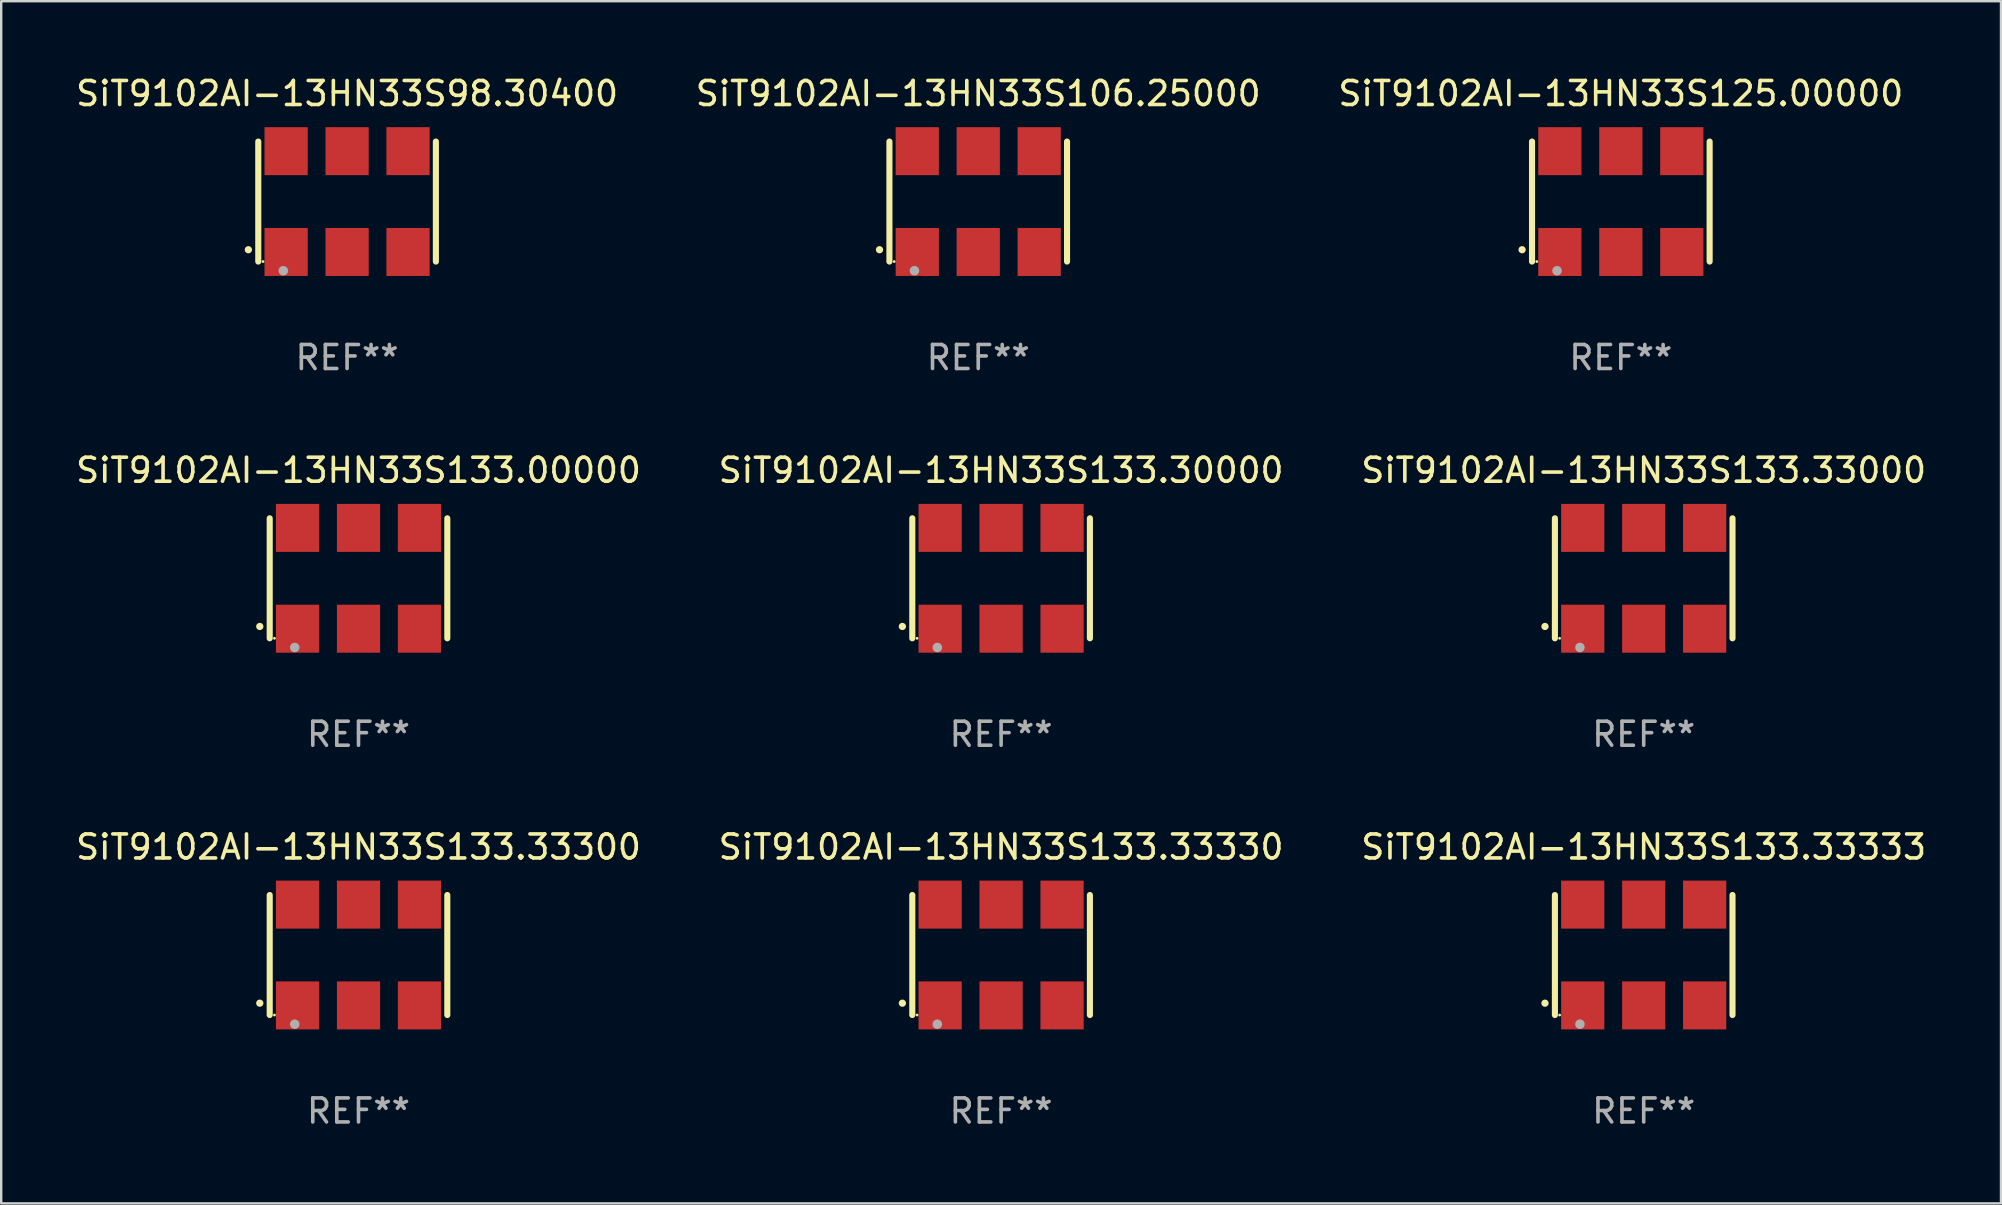
<source format=kicad_pcb>
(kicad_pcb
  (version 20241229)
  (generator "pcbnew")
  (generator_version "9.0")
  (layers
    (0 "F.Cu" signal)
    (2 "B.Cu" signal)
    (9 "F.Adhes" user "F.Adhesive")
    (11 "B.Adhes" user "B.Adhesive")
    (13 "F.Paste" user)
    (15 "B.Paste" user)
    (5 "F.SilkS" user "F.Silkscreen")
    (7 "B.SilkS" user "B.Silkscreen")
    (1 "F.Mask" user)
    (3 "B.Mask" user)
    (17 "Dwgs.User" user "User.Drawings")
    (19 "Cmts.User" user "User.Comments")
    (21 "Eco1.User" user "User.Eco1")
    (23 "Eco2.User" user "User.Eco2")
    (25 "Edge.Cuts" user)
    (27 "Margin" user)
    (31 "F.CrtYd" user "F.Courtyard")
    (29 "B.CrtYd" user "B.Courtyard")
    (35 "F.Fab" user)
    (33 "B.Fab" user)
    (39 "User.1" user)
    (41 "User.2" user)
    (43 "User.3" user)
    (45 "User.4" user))
  (footprint "SiT9102AI-13HN33S133.33300"
    (layer "F.Cu")
    (at 11.887 36.741)
    (property "Reference" "SiT9102AI-13HN33S133.33300" (at 0 -4.5 0) (layer "F.SilkS") (effects (font (size 1 1) (thickness 0.15))))
    (attr through_hole)
    (fp_line (start -3.7 -2.5) (end -3.7 2.5) (stroke (width 0.254) (type solid)) (layer "F.SilkS"))
    (fp_line (start 3.7 -2.5) (end 3.7 2.5) (stroke (width 0.254) (type solid)) (layer "F.SilkS"))
    (fp_arc (start -4.114415 2.006604) (mid -4.113145 2.006599) (end -4.111875 2.006604) (stroke (width 0.3) (type solid)) (layer "F.SilkS"))
    (fp_circle (center -3.502 2.5) (end -3.472 2.5) (stroke (width 0.06) (type solid)) (fill no) (layer "F.SilkS"))
    (fp_circle (center -2.657 2.882) (end -2.557 2.882) (stroke (width 0.2) (type solid)) (fill no) (layer "F.Fab"))
    (fp_text user "REF**" (at 0 6.5 0) (layer "F.Fab") (effects (font (size 1 1) (thickness 0.15))))
    (pad "1" smd rect (at -2.54 2.1) (size 1.8 2) (layers "F.Cu" "F.Mask" "F.Paste"))
    (pad "2" smd rect (at 0.000394 2.1) (size 1.8 2) (layers "F.Cu" "F.Mask" "F.Paste"))
    (pad "3" smd rect (at 2.54 2.1) (size 1.8 2) (layers "F.Cu" "F.Mask" "F.Paste"))
    (pad "4" smd rect (at 2.54 -2.1) (size 1.8 2) (layers "F.Cu" "F.Mask" "F.Paste"))
    (pad "5" smd rect (at 0.000394 -2.1) (size 1.8 2) (layers "F.Cu" "F.Mask" "F.Paste"))
    (pad "6" smd rect (at -2.54 -2.1) (size 1.8 2) (layers "F.Cu" "F.Mask" "F.Paste")))
  (footprint "SiT9102AI-13HN33S133.00000"
    (layer "F.Cu")
    (at 11.887 21.045)
    (property "Reference" "SiT9102AI-13HN33S133.00000" (at 0 -4.5 0) (layer "F.SilkS") (effects (font (size 1 1) (thickness 0.15))))
    (attr through_hole)
    (fp_line (start -3.7 -2.5) (end -3.7 2.5) (stroke (width 0.254) (type solid)) (layer "F.SilkS"))
    (fp_line (start 3.7 -2.5) (end 3.7 2.5) (stroke (width 0.254) (type solid)) (layer "F.SilkS"))
    (fp_arc (start -4.114415 2.006604) (mid -4.113145 2.006599) (end -4.111875 2.006604) (stroke (width 0.3) (type solid)) (layer "F.SilkS"))
    (fp_circle (center -3.502 2.5) (end -3.472 2.5) (stroke (width 0.06) (type solid)) (fill no) (layer "F.SilkS"))
    (fp_circle (center -2.657 2.882) (end -2.557 2.882) (stroke (width 0.2) (type solid)) (fill no) (layer "F.Fab"))
    (fp_text user "REF**" (at 0 6.5 0) (layer "F.Fab") (effects (font (size 1 1) (thickness 0.15))))
    (pad "1" smd rect (at -2.54 2.1) (size 1.8 2) (layers "F.Cu" "F.Mask" "F.Paste"))
    (pad "2" smd rect (at 0.000394 2.1) (size 1.8 2) (layers "F.Cu" "F.Mask" "F.Paste"))
    (pad "3" smd rect (at 2.54 2.1) (size 1.8 2) (layers "F.Cu" "F.Mask" "F.Paste"))
    (pad "4" smd rect (at 2.54 -2.1) (size 1.8 2) (layers "F.Cu" "F.Mask" "F.Paste"))
    (pad "5" smd rect (at 0.000394 -2.1) (size 1.8 2) (layers "F.Cu" "F.Mask" "F.Paste"))
    (pad "6" smd rect (at -2.54 -2.1) (size 1.8 2) (layers "F.Cu" "F.Mask" "F.Paste")))
  (footprint "SiT9102AI-13HN33S133.33330"
    (layer "F.Cu")
    (at 38.661 36.741)
    (property "Reference" "SiT9102AI-13HN33S133.33330" (at 0 -4.5 0) (layer "F.SilkS") (effects (font (size 1 1) (thickness 0.15))))
    (attr through_hole)
    (fp_line (start -3.7 -2.5) (end -3.7 2.5) (stroke (width 0.254) (type solid)) (layer "F.SilkS"))
    (fp_line (start 3.7 -2.5) (end 3.7 2.5) (stroke (width 0.254) (type solid)) (layer "F.SilkS"))
    (fp_arc (start -4.114415 2.006604) (mid -4.113145 2.006599) (end -4.111875 2.006604) (stroke (width 0.3) (type solid)) (layer "F.SilkS"))
    (fp_circle (center -3.502 2.5) (end -3.472 2.5) (stroke (width 0.06) (type solid)) (fill no) (layer "F.SilkS"))
    (fp_circle (center -2.657 2.882) (end -2.557 2.882) (stroke (width 0.2) (type solid)) (fill no) (layer "F.Fab"))
    (fp_text user "REF**" (at 0 6.5 0) (layer "F.Fab") (effects (font (size 1 1) (thickness 0.15))))
    (pad "1" smd rect (at -2.54 2.1) (size 1.8 2) (layers "F.Cu" "F.Mask" "F.Paste"))
    (pad "2" smd rect (at 0.000394 2.1) (size 1.8 2) (layers "F.Cu" "F.Mask" "F.Paste"))
    (pad "3" smd rect (at 2.54 2.1) (size 1.8 2) (layers "F.Cu" "F.Mask" "F.Paste"))
    (pad "4" smd rect (at 2.54 -2.1) (size 1.8 2) (layers "F.Cu" "F.Mask" "F.Paste"))
    (pad "5" smd rect (at 0.000394 -2.1) (size 1.8 2) (layers "F.Cu" "F.Mask" "F.Paste"))
    (pad "6" smd rect (at -2.54 -2.1) (size 1.8 2) (layers "F.Cu" "F.Mask" "F.Paste")))
  (footprint "SiT9102AI-13HN33S133.33333"
    (layer "F.Cu")
    (at 65.435 36.741)
    (property "Reference" "SiT9102AI-13HN33S133.33333" (at 0 -4.5 0) (layer "F.SilkS") (effects (font (size 1 1) (thickness 0.15))))
    (attr through_hole)
    (fp_line (start -3.7 -2.5) (end -3.7 2.5) (stroke (width 0.254) (type solid)) (layer "F.SilkS"))
    (fp_line (start 3.7 -2.5) (end 3.7 2.5) (stroke (width 0.254) (type solid)) (layer "F.SilkS"))
    (fp_arc (start -4.114415 2.006604) (mid -4.113145 2.006599) (end -4.111875 2.006604) (stroke (width 0.3) (type solid)) (layer "F.SilkS"))
    (fp_circle (center -3.502 2.5) (end -3.472 2.5) (stroke (width 0.06) (type solid)) (fill no) (layer "F.SilkS"))
    (fp_circle (center -2.657 2.882) (end -2.557 2.882) (stroke (width 0.2) (type solid)) (fill no) (layer "F.Fab"))
    (fp_text user "REF**" (at 0 6.5 0) (layer "F.Fab") (effects (font (size 1 1) (thickness 0.15))))
    (pad "1" smd rect (at -2.54 2.1) (size 1.8 2) (layers "F.Cu" "F.Mask" "F.Paste"))
    (pad "2" smd rect (at 0.000394 2.1) (size 1.8 2) (layers "F.Cu" "F.Mask" "F.Paste"))
    (pad "3" smd rect (at 2.54 2.1) (size 1.8 2) (layers "F.Cu" "F.Mask" "F.Paste"))
    (pad "4" smd rect (at 2.54 -2.1) (size 1.8 2) (layers "F.Cu" "F.Mask" "F.Paste"))
    (pad "5" smd rect (at 0.000394 -2.1) (size 1.8 2) (layers "F.Cu" "F.Mask" "F.Paste"))
    (pad "6" smd rect (at -2.54 -2.1) (size 1.8 2) (layers "F.Cu" "F.Mask" "F.Paste")))
  (footprint "SiT9102AI-13HN33S125.00000"
    (layer "F.Cu")
    (at 64.482 5.348)
    (property "Reference" "SiT9102AI-13HN33S125.00000" (at 0 -4.5 0) (layer "F.SilkS") (effects (font (size 1 1) (thickness 0.15))))
    (attr through_hole)
    (fp_line (start -3.7 -2.5) (end -3.7 2.5) (stroke (width 0.254) (type solid)) (layer "F.SilkS"))
    (fp_line (start 3.7 -2.5) (end 3.7 2.5) (stroke (width 0.254) (type solid)) (layer "F.SilkS"))
    (fp_arc (start -4.114415 2.006604) (mid -4.113145 2.006599) (end -4.111875 2.006604) (stroke (width 0.3) (type solid)) (layer "F.SilkS"))
    (fp_circle (center -3.502 2.5) (end -3.472 2.5) (stroke (width 0.06) (type solid)) (fill no) (layer "F.SilkS"))
    (fp_circle (center -2.657 2.882) (end -2.557 2.882) (stroke (width 0.2) (type solid)) (fill no) (layer "F.Fab"))
    (fp_text user "REF**" (at 0 6.5 0) (layer "F.Fab") (effects (font (size 1 1) (thickness 0.15))))
    (pad "1" smd rect (at -2.54 2.1) (size 1.8 2) (layers "F.Cu" "F.Mask" "F.Paste"))
    (pad "2" smd rect (at 0.000394 2.1) (size 1.8 2) (layers "F.Cu" "F.Mask" "F.Paste"))
    (pad "3" smd rect (at 2.54 2.1) (size 1.8 2) (layers "F.Cu" "F.Mask" "F.Paste"))
    (pad "4" smd rect (at 2.54 -2.1) (size 1.8 2) (layers "F.Cu" "F.Mask" "F.Paste"))
    (pad "5" smd rect (at 0.000394 -2.1) (size 1.8 2) (layers "F.Cu" "F.Mask" "F.Paste"))
    (pad "6" smd rect (at -2.54 -2.1) (size 1.8 2) (layers "F.Cu" "F.Mask" "F.Paste")))
  (footprint "SiT9102AI-13HN33S106.25000"
    (layer "F.Cu")
    (at 37.708 5.348)
    (property "Reference" "SiT9102AI-13HN33S106.25000" (at 0 -4.5 0) (layer "F.SilkS") (effects (font (size 1 1) (thickness 0.15))))
    (attr through_hole)
    (fp_line (start -3.7 -2.5) (end -3.7 2.5) (stroke (width 0.254) (type solid)) (layer "F.SilkS"))
    (fp_line (start 3.7 -2.5) (end 3.7 2.5) (stroke (width 0.254) (type solid)) (layer "F.SilkS"))
    (fp_arc (start -4.114415 2.006604) (mid -4.113145 2.006599) (end -4.111875 2.006604) (stroke (width 0.3) (type solid)) (layer "F.SilkS"))
    (fp_circle (center -3.502 2.5) (end -3.472 2.5) (stroke (width 0.06) (type solid)) (fill no) (layer "F.SilkS"))
    (fp_circle (center -2.657 2.882) (end -2.557 2.882) (stroke (width 0.2) (type solid)) (fill no) (layer "F.Fab"))
    (fp_text user "REF**" (at 0 6.5 0) (layer "F.Fab") (effects (font (size 1 1) (thickness 0.15))))
    (pad "1" smd rect (at -2.54 2.1) (size 1.8 2) (layers "F.Cu" "F.Mask" "F.Paste"))
    (pad "2" smd rect (at 0.000394 2.1) (size 1.8 2) (layers "F.Cu" "F.Mask" "F.Paste"))
    (pad "3" smd rect (at 2.54 2.1) (size 1.8 2) (layers "F.Cu" "F.Mask" "F.Paste"))
    (pad "4" smd rect (at 2.54 -2.1) (size 1.8 2) (layers "F.Cu" "F.Mask" "F.Paste"))
    (pad "5" smd rect (at 0.000394 -2.1) (size 1.8 2) (layers "F.Cu" "F.Mask" "F.Paste"))
    (pad "6" smd rect (at -2.54 -2.1) (size 1.8 2) (layers "F.Cu" "F.Mask" "F.Paste")))
  (footprint "SiT9102AI-13HN33S98.30400"
    (layer "F.Cu")
    (at 11.411 5.348)
    (property "Reference" "SiT9102AI-13HN33S98.30400" (at 0 -4.5 0) (layer "F.SilkS") (effects (font (size 1 1) (thickness 0.15))))
    (attr through_hole)
    (fp_line (start -3.7 -2.5) (end -3.7 2.5) (stroke (width 0.254) (type solid)) (layer "F.SilkS"))
    (fp_line (start 3.7 -2.5) (end 3.7 2.5) (stroke (width 0.254) (type solid)) (layer "F.SilkS"))
    (fp_arc (start -4.114415 2.006604) (mid -4.113145 2.006599) (end -4.111875 2.006604) (stroke (width 0.3) (type solid)) (layer "F.SilkS"))
    (fp_circle (center -3.502 2.5) (end -3.472 2.5) (stroke (width 0.06) (type solid)) (fill no) (layer "F.SilkS"))
    (fp_circle (center -2.657 2.882) (end -2.557 2.882) (stroke (width 0.2) (type solid)) (fill no) (layer "F.Fab"))
    (fp_text user "REF**" (at 0 6.5 0) (layer "F.Fab") (effects (font (size 1 1) (thickness 0.15))))
    (pad "1" smd rect (at -2.54 2.1) (size 1.8 2) (layers "F.Cu" "F.Mask" "F.Paste"))
    (pad "2" smd rect (at 0.000394 2.1) (size 1.8 2) (layers "F.Cu" "F.Mask" "F.Paste"))
    (pad "3" smd rect (at 2.54 2.1) (size 1.8 2) (layers "F.Cu" "F.Mask" "F.Paste"))
    (pad "4" smd rect (at 2.54 -2.1) (size 1.8 2) (layers "F.Cu" "F.Mask" "F.Paste"))
    (pad "5" smd rect (at 0.000394 -2.1) (size 1.8 2) (layers "F.Cu" "F.Mask" "F.Paste"))
    (pad "6" smd rect (at -2.54 -2.1) (size 1.8 2) (layers "F.Cu" "F.Mask" "F.Paste")))
  (footprint "SiT9102AI-13HN33S133.33000"
    (layer "F.Cu")
    (at 65.435 21.045)
    (property "Reference" "SiT9102AI-13HN33S133.33000" (at 0 -4.5 0) (layer "F.SilkS") (effects (font (size 1 1) (thickness 0.15))))
    (attr through_hole)
    (fp_line (start -3.7 -2.5) (end -3.7 2.5) (stroke (width 0.254) (type solid)) (layer "F.SilkS"))
    (fp_line (start 3.7 -2.5) (end 3.7 2.5) (stroke (width 0.254) (type solid)) (layer "F.SilkS"))
    (fp_arc (start -4.114415 2.006604) (mid -4.113145 2.006599) (end -4.111875 2.006604) (stroke (width 0.3) (type solid)) (layer "F.SilkS"))
    (fp_circle (center -3.502 2.5) (end -3.472 2.5) (stroke (width 0.06) (type solid)) (fill no) (layer "F.SilkS"))
    (fp_circle (center -2.657 2.882) (end -2.557 2.882) (stroke (width 0.2) (type solid)) (fill no) (layer "F.Fab"))
    (fp_text user "REF**" (at 0 6.5 0) (layer "F.Fab") (effects (font (size 1 1) (thickness 0.15))))
    (pad "1" smd rect (at -2.54 2.1) (size 1.8 2) (layers "F.Cu" "F.Mask" "F.Paste"))
    (pad "2" smd rect (at 0.000394 2.1) (size 1.8 2) (layers "F.Cu" "F.Mask" "F.Paste"))
    (pad "3" smd rect (at 2.54 2.1) (size 1.8 2) (layers "F.Cu" "F.Mask" "F.Paste"))
    (pad "4" smd rect (at 2.54 -2.1) (size 1.8 2) (layers "F.Cu" "F.Mask" "F.Paste"))
    (pad "5" smd rect (at 0.000394 -2.1) (size 1.8 2) (layers "F.Cu" "F.Mask" "F.Paste"))
    (pad "6" smd rect (at -2.54 -2.1) (size 1.8 2) (layers "F.Cu" "F.Mask" "F.Paste")))
  (footprint "SiT9102AI-13HN33S133.30000"
    (layer "F.Cu")
    (at 38.661 21.045)
    (property "Reference" "SiT9102AI-13HN33S133.30000" (at 0 -4.5 0) (layer "F.SilkS") (effects (font (size 1 1) (thickness 0.15))))
    (attr through_hole)
    (fp_line (start -3.7 -2.5) (end -3.7 2.5) (stroke (width 0.254) (type solid)) (layer "F.SilkS"))
    (fp_line (start 3.7 -2.5) (end 3.7 2.5) (stroke (width 0.254) (type solid)) (layer "F.SilkS"))
    (fp_arc (start -4.114415 2.006604) (mid -4.113145 2.006599) (end -4.111875 2.006604) (stroke (width 0.3) (type solid)) (layer "F.SilkS"))
    (fp_circle (center -3.502 2.5) (end -3.472 2.5) (stroke (width 0.06) (type solid)) (fill no) (layer "F.SilkS"))
    (fp_circle (center -2.657 2.882) (end -2.557 2.882) (stroke (width 0.2) (type solid)) (fill no) (layer "F.Fab"))
    (fp_text user "REF**" (at 0 6.5 0) (layer "F.Fab") (effects (font (size 1 1) (thickness 0.15))))
    (pad "1" smd rect (at -2.54 2.1) (size 1.8 2) (layers "F.Cu" "F.Mask" "F.Paste"))
    (pad "2" smd rect (at 0.000394 2.1) (size 1.8 2) (layers "F.Cu" "F.Mask" "F.Paste"))
    (pad "3" smd rect (at 2.54 2.1) (size 1.8 2) (layers "F.Cu" "F.Mask" "F.Paste"))
    (pad "4" smd rect (at 2.54 -2.1) (size 1.8 2) (layers "F.Cu" "F.Mask" "F.Paste"))
    (pad "5" smd rect (at 0.000394 -2.1) (size 1.8 2) (layers "F.Cu" "F.Mask" "F.Paste"))
    (pad "6" smd rect (at -2.54 -2.1) (size 1.8 2) (layers "F.Cu" "F.Mask" "F.Paste")))
  (gr_rect
    (start -3 -3)
    (end 80.321 47.09)
    (stroke (width 0.1) (type default))
    (fill no)
    (layer "Edge.Cuts")))
</source>
